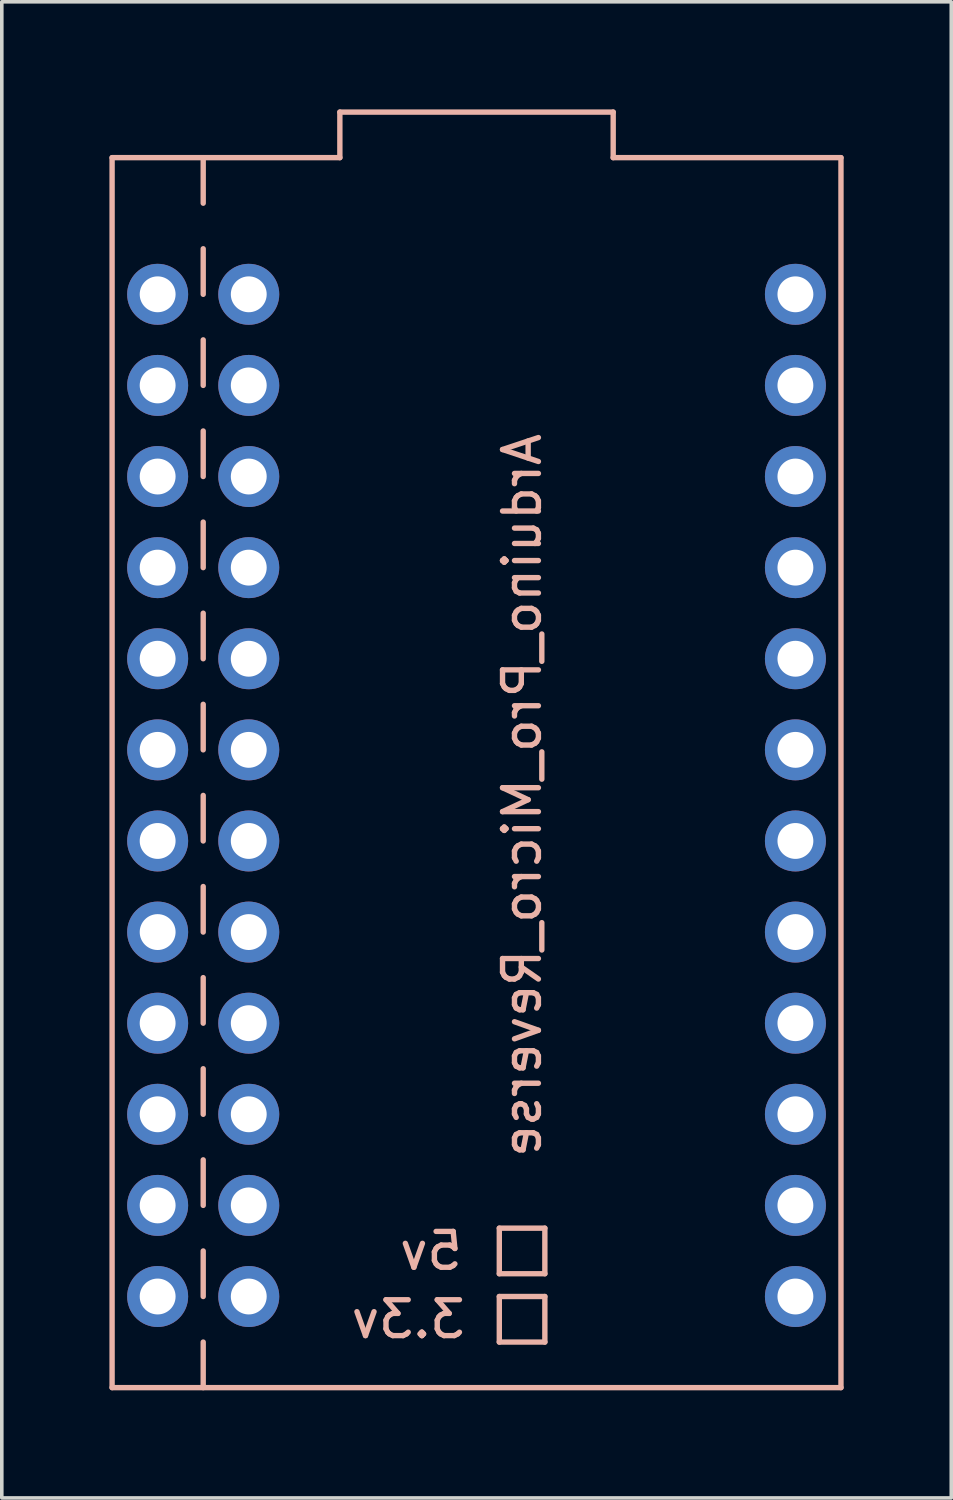
<source format=kicad_pcb>
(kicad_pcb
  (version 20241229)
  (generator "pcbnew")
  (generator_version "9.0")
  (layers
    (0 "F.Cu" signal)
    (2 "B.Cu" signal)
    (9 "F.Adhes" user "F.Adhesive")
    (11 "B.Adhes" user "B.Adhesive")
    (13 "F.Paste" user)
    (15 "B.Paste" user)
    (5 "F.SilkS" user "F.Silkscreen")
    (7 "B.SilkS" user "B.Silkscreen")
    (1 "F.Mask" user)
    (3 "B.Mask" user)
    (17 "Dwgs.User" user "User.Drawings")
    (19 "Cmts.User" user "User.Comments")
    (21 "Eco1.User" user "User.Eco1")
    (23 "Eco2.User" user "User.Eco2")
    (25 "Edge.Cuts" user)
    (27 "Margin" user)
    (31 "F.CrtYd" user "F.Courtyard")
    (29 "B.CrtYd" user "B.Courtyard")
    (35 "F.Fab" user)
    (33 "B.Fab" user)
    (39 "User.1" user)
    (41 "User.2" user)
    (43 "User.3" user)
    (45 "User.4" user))
  (footprint "Arduino_Pro_Micro_Reverse"
    (layer "F.Cu")
    (at 10.235 19.125)
    (property "Reference" "Arduino_Pro_Micro_Reverse" (at 1.27 0 90) (layer "B.SilkS") (effects (font (size 1 1) (thickness 0.15)) (justify mirror)))
    (attr through_hole)
    (fp_line (start -10.16 -17.78) (end -10.16 16.51) (stroke (width 0.15) (type solid)) (layer "B.SilkS"))
    (fp_line (start -10.16 -17.78) (end -3.81 -17.78) (stroke (width 0.15) (type solid)) (layer "B.SilkS"))
    (fp_line (start -10.16 16.51) (end 10.16 16.51) (stroke (width 0.15) (type solid)) (layer "B.SilkS"))
    (fp_line (start -7.62 -17.78) (end -7.62 -16.51) (stroke (width 0.15) (type solid)) (layer "B.SilkS"))
    (fp_line (start -7.62 -15.24) (end -7.62 -13.97) (stroke (width 0.15) (type solid)) (layer "B.SilkS"))
    (fp_line (start -7.62 -12.7) (end -7.62 -11.43) (stroke (width 0.15) (type solid)) (layer "B.SilkS"))
    (fp_line (start -7.62 -10.16) (end -7.62 -8.89) (stroke (width 0.15) (type solid)) (layer "B.SilkS"))
    (fp_line (start -7.62 -7.62) (end -7.62 -6.35) (stroke (width 0.15) (type solid)) (layer "B.SilkS"))
    (fp_line (start -7.62 -5.08) (end -7.62 -3.81) (stroke (width 0.15) (type solid)) (layer "B.SilkS"))
    (fp_line (start -7.62 -2.54) (end -7.62 -1.27) (stroke (width 0.15) (type solid)) (layer "B.SilkS"))
    (fp_line (start -7.62 0) (end -7.62 1.27) (stroke (width 0.15) (type solid)) (layer "B.SilkS"))
    (fp_line (start -7.62 2.54) (end -7.62 3.81) (stroke (width 0.15) (type solid)) (layer "B.SilkS"))
    (fp_line (start -7.62 5.08) (end -7.62 6.35) (stroke (width 0.15) (type solid)) (layer "B.SilkS"))
    (fp_line (start -7.62 7.62) (end -7.62 8.89) (stroke (width 0.15) (type solid)) (layer "B.SilkS"))
    (fp_line (start -7.62 10.16) (end -7.62 11.43) (stroke (width 0.15) (type solid)) (layer "B.SilkS"))
    (fp_line (start -7.62 12.7) (end -7.62 13.97) (stroke (width 0.15) (type solid)) (layer "B.SilkS"))
    (fp_line (start -7.62 15.24) (end -7.62 16.51) (stroke (width 0.15) (type solid)) (layer "B.SilkS"))
    (fp_line (start -3.81 -19.05) (end 3.81 -19.05) (stroke (width 0.15) (type solid)) (layer "B.SilkS"))
    (fp_line (start -3.81 -17.78) (end -3.81 -19.05) (stroke (width 0.15) (type solid)) (layer "B.SilkS"))
    (fp_line (start 0.635 12.065) (end 0.635 13.335) (stroke (width 0.15) (type solid)) (layer "B.SilkS"))
    (fp_line (start 0.635 13.335) (end 1.905 13.335) (stroke (width 0.15) (type solid)) (layer "B.SilkS"))
    (fp_line (start 0.635 13.97) (end 0.635 15.24) (stroke (width 0.15) (type solid)) (layer "B.SilkS"))
    (fp_line (start 0.635 15.24) (end 1.905 15.24) (stroke (width 0.15) (type solid)) (layer "B.SilkS"))
    (fp_line (start 1.905 12.065) (end 0.635 12.065) (stroke (width 0.15) (type solid)) (layer "B.SilkS"))
    (fp_line (start 1.905 13.335) (end 1.905 12.065) (stroke (width 0.15) (type solid)) (layer "B.SilkS"))
    (fp_line (start 1.905 13.97) (end 0.635 13.97) (stroke (width 0.15) (type solid)) (layer "B.SilkS"))
    (fp_line (start 1.905 15.24) (end 1.905 13.97) (stroke (width 0.15) (type solid)) (layer "B.SilkS"))
    (fp_line (start 3.81 -19.05) (end 3.81 -17.78) (stroke (width 0.15) (type solid)) (layer "B.SilkS"))
    (fp_line (start 3.81 -17.78) (end 10.16 -17.78) (stroke (width 0.15) (type solid)) (layer "B.SilkS"))
    (fp_line (start 10.16 16.51) (end 10.16 -17.78) (stroke (width 0.15) (type solid)) (layer "B.SilkS"))
    (fp_text user "5v" (at -1.27 12.7 0) (layer "B.SilkS") (effects (font (size 1 1) (thickness 0.15)) (justify mirror)))
    (fp_text user "3.3v" (at -1.905 14.605 0) (layer "B.SilkS") (effects (font (size 1 1) (thickness 0.15)) (justify mirror)))
    (pad "1" thru_hole circle (at -8.89 -13.97) (size 1.7 1.7) (drill 1) (layers "*.Cu" "*.Mask"))
    (pad "1" thru_hole circle (at -6.35 -13.97) (size 1.7 1.7) (drill 1) (layers "*.Cu" "*.Mask"))
    (pad "2" thru_hole circle (at -8.89 -11.43) (size 1.7 1.7) (drill 1) (layers "*.Cu" "*.Mask"))
    (pad "2" thru_hole circle (at -6.35 -11.43) (size 1.7 1.7) (drill 1) (layers "*.Cu" "*.Mask"))
    (pad "3" thru_hole circle (at -8.89 -8.89) (size 1.7 1.7) (drill 1) (layers "*.Cu" "*.Mask"))
    (pad "3" thru_hole circle (at -6.35 -8.89) (size 1.7 1.7) (drill 1) (layers "*.Cu" "*.Mask"))
    (pad "4" thru_hole circle (at -8.89 -6.35) (size 1.7 1.7) (drill 1) (layers "*.Cu" "*.Mask"))
    (pad "4" thru_hole circle (at -6.35 -6.35) (size 1.7 1.7) (drill 1) (layers "*.Cu" "*.Mask"))
    (pad "5" thru_hole circle (at -8.89 -3.81) (size 1.7 1.7) (drill 1) (layers "*.Cu" "*.Mask"))
    (pad "5" thru_hole circle (at -6.35 -3.81) (size 1.7 1.7) (drill 1) (layers "*.Cu" "*.Mask"))
    (pad "6" thru_hole circle (at -8.89 -1.27) (size 1.7 1.7) (drill 1) (layers "*.Cu" "*.Mask"))
    (pad "6" thru_hole circle (at -6.35 -1.27) (size 1.7 1.7) (drill 1) (layers "*.Cu" "*.Mask"))
    (pad "7" thru_hole circle (at -8.89 1.27) (size 1.7 1.7) (drill 1) (layers "*.Cu" "*.Mask"))
    (pad "7" thru_hole circle (at -6.35 1.27) (size 1.7 1.7) (drill 1) (layers "*.Cu" "*.Mask"))
    (pad "8" thru_hole circle (at -8.89 3.81) (size 1.7 1.7) (drill 1) (layers "*.Cu" "*.Mask"))
    (pad "8" thru_hole circle (at -6.35 3.81) (size 1.7 1.7) (drill 1) (layers "*.Cu" "*.Mask"))
    (pad "9" thru_hole circle (at -8.89 6.35) (size 1.7 1.7) (drill 1) (layers "*.Cu" "*.Mask"))
    (pad "9" thru_hole circle (at -6.35 6.35) (size 1.7 1.7) (drill 1) (layers "*.Cu" "*.Mask"))
    (pad "10" thru_hole circle (at -8.89 8.89) (size 1.7 1.7) (drill 1) (layers "*.Cu" "*.Mask"))
    (pad "10" thru_hole circle (at -6.35 8.89) (size 1.7 1.7) (drill 1) (layers "*.Cu" "*.Mask"))
    (pad "11" thru_hole circle (at -8.89 11.43) (size 1.7 1.7) (drill 1) (layers "*.Cu" "*.Mask"))
    (pad "11" thru_hole circle (at -6.35 11.43) (size 1.7 1.7) (drill 1) (layers "*.Cu" "*.Mask"))
    (pad "12" thru_hole circle (at -8.89 13.97) (size 1.7 1.7) (drill 1) (layers "*.Cu" "*.Mask"))
    (pad "12" thru_hole circle (at -6.35 13.97) (size 1.7 1.7) (drill 1) (layers "*.Cu" "*.Mask"))
    (pad "13" thru_hole circle (at 8.89 13.97) (size 1.7 1.7) (drill 1) (layers "*.Cu" "*.Mask"))
    (pad "14" thru_hole circle (at 8.89 11.43) (size 1.7 1.7) (drill 1) (layers "*.Cu" "*.Mask"))
    (pad "15" thru_hole circle (at 8.89 8.89) (size 1.7 1.7) (drill 1) (layers "*.Cu" "*.Mask"))
    (pad "16" thru_hole circle (at 8.89 6.35) (size 1.7 1.7) (drill 1) (layers "*.Cu" "*.Mask"))
    (pad "17" thru_hole circle (at 8.89 3.81) (size 1.7 1.7) (drill 1) (layers "*.Cu" "*.Mask"))
    (pad "18" thru_hole circle (at 8.89 1.27) (size 1.7 1.7) (drill 1) (layers "*.Cu" "*.Mask"))
    (pad "19" thru_hole circle (at 8.89 -1.27) (size 1.7 1.7) (drill 1) (layers "*.Cu" "*.Mask"))
    (pad "20" thru_hole circle (at 8.89 -3.81) (size 1.7 1.7) (drill 1) (layers "*.Cu" "*.Mask"))
    (pad "21" thru_hole circle (at 8.89 -6.35) (size 1.7 1.7) (drill 1) (layers "*.Cu" "*.Mask"))
    (pad "22" thru_hole circle (at 8.89 -8.89) (size 1.7 1.7) (drill 1) (layers "*.Cu" "*.Mask"))
    (pad "23" thru_hole circle (at 8.89 -11.43) (size 1.7 1.7) (drill 1) (layers "*.Cu" "*.Mask"))
    (pad "24" thru_hole circle (at 8.89 -13.97) (size 1.7 1.7) (drill 1) (layers "*.Cu" "*.Mask")))
  (gr_rect
    (start -3 -3)
    (end 23.47 38.71)
    (stroke (width 0.1) (type default))
    (fill no)
    (layer "Edge.Cuts")))
</source>
